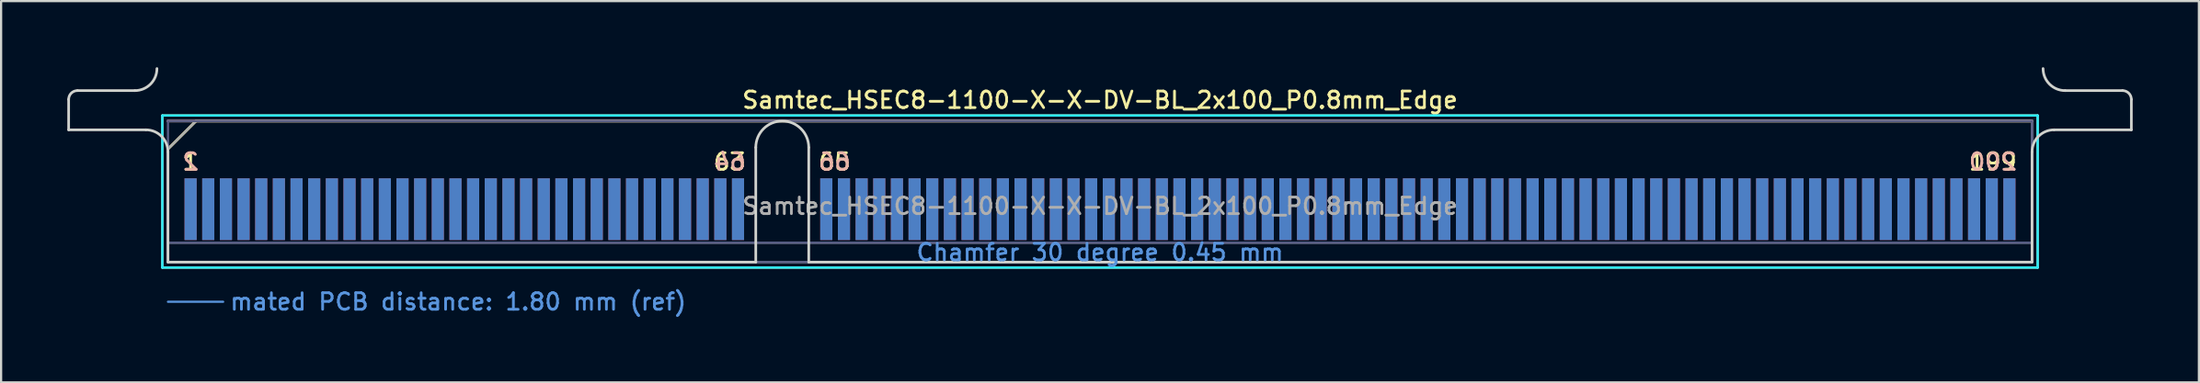
<source format=kicad_pcb>
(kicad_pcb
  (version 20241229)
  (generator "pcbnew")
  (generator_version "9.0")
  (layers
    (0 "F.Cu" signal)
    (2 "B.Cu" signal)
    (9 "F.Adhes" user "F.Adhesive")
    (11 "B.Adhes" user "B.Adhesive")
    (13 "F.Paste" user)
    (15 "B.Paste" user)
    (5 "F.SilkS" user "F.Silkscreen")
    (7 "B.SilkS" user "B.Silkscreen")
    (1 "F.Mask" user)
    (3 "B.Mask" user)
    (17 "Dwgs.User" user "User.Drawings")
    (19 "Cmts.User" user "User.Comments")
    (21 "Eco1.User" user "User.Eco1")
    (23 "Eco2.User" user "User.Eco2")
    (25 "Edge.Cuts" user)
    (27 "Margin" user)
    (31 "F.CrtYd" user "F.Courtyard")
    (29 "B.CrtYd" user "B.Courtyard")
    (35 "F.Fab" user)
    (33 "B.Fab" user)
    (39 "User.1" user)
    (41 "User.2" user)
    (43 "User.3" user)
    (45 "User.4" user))
  (footprint "Samtec_HSEC8-1100-X-X-DV-BL_2x100_P0.8mm_Edge"
    (layer "F.Cu")
    (at 46.785 8.84)
    (property "Reference" "Samtec_HSEC8-1100-X-X-DV-BL_2x100_P0.8mm_Edge" (at 0 -7.35 0) (layer "F.SilkS") (effects (font (size 0.75 0.75) (thickness 0.125))))
    (attr exclude_from_pos_files exclude_from_bom)
    (fp_line (start -42.48 -6.65) (end -42.48 0.25) (stroke (width 0.1) (type solid)) (layer "F.SilkS"))
    (fp_line (start -42.48 0.25) (end 42.48 0.25) (stroke (width 0.1) (type solid)) (layer "F.SilkS"))
    (fp_line (start -42.225 -5.13) (end -40.955 -6.4) (stroke (width 0.12) (type solid)) (layer "F.SilkS"))
    (fp_line (start -40.955 -6.4) (end 42.225 -6.4) (stroke (width 0.12) (type solid)) (layer "F.SilkS"))
    (fp_line (start 42.48 -6.65) (end -42.48 -6.65) (stroke (width 0.1) (type solid)) (layer "F.SilkS"))
    (fp_line (start 42.48 0.25) (end 42.48 -6.65) (stroke (width 0.1) (type solid)) (layer "F.SilkS"))
    (fp_line (start -42.225 -6.4) (end -42.225 -6.4) (stroke (width 0.12) (type solid)) (layer "B.SilkS"))
    (fp_line (start -42.225 -6.4) (end 42.225 -6.4) (stroke (width 0.12) (type solid)) (layer "B.SilkS"))
    (fp_line (start -42.225 1.8) (end -39.725 1.8) (stroke (width 0.1) (type solid)) (layer "Cmts.User"))
    (fp_line (start -46.725 -6) (end -46.725 -7.38) (stroke (width 0.12) (type solid)) (layer "Edge.Cuts"))
    (fp_line (start -46.325 -7.78) (end -43.725 -7.78) (stroke (width 0.12) (type solid)) (layer "Edge.Cuts"))
    (fp_line (start -43.225 -6) (end -46.725 -6) (stroke (width 0.12) (type solid)) (layer "Edge.Cuts"))
    (fp_line (start -42.225 -5) (end -42.225 0) (stroke (width 0.12) (type solid)) (layer "Edge.Cuts"))
    (fp_line (start -42.225 0) (end -15.595 0) (stroke (width 0.12) (type solid)) (layer "Edge.Cuts"))
    (fp_line (start -15.595 0) (end -15.595 -5.2) (stroke (width 0.12) (type solid)) (layer "Edge.Cuts"))
    (fp_line (start -13.195 -5.2) (end -13.195 0) (stroke (width 0.12) (type solid)) (layer "Edge.Cuts"))
    (fp_line (start -13.195 0) (end 42.225 0) (stroke (width 0.12) (type solid)) (layer "Edge.Cuts"))
    (fp_line (start 42.225 0) (end 42.225 -5) (stroke (width 0.12) (type solid)) (layer "Edge.Cuts"))
    (fp_line (start 43.225 -6) (end 46.725 -6) (stroke (width 0.12) (type solid)) (layer "Edge.Cuts"))
    (fp_line (start 46.325 -7.78) (end 43.725 -7.78) (stroke (width 0.12) (type solid)) (layer "Edge.Cuts"))
    (fp_line (start 46.725 -6) (end 46.725 -7.38) (stroke (width 0.12) (type solid)) (layer "Edge.Cuts"))
    (fp_arc (start -46.725 -7.38) (mid -46.607843 -7.662843) (end -46.325 -7.78) (stroke (width 0.12) (type solid)) (layer "Edge.Cuts"))
    (fp_arc (start -43.225 -6) (mid -42.517893 -5.707107) (end -42.225 -5) (stroke (width 0.12) (type solid)) (layer "Edge.Cuts"))
    (fp_arc (start -42.725 -8.78) (mid -43.017893 -8.072893) (end -43.725 -7.78) (stroke (width 0.12) (type solid)) (layer "Edge.Cuts"))
    (fp_arc (start -15.595 -5.2) (mid -14.395 -6.4) (end -13.195 -5.2) (stroke (width 0.12) (type solid)) (layer "Edge.Cuts"))
    (fp_arc (start 42.225 -5) (mid 42.517893 -5.707107) (end 43.225 -6) (stroke (width 0.12) (type solid)) (layer "Edge.Cuts"))
    (fp_arc (start 43.725 -7.78) (mid 43.017893 -8.072893) (end 42.725 -8.78) (stroke (width 0.12) (type solid)) (layer "Edge.Cuts"))
    (fp_arc (start 46.325 -7.78) (mid 46.607843 -7.662843) (end 46.725 -7.38) (stroke (width 0.12) (type solid)) (layer "Edge.Cuts"))
    (fp_line (start -42.48 -6.65) (end -42.48 0.25) (stroke (width 0.1) (type solid)) (layer "B.CrtYd"))
    (fp_line (start -42.48 0.25) (end 42.48 0.25) (stroke (width 0.1) (type solid)) (layer "B.CrtYd"))
    (fp_line (start 42.48 -6.65) (end -42.48 -6.65) (stroke (width 0.1) (type solid)) (layer "B.CrtYd"))
    (fp_line (start 42.48 0.25) (end 42.48 -6.65) (stroke (width 0.1) (type solid)) (layer "B.CrtYd"))
    (fp_line (start -42.225 -6.4) (end -42.225 -6.4) (stroke (width 0.1) (type solid)) (layer "B.Fab"))
    (fp_line (start -42.225 -6.4) (end -42.225 0) (stroke (width 0.1) (type solid)) (layer "B.Fab"))
    (fp_line (start -42.225 -6.4) (end 42.225 -6.4) (stroke (width 0.1) (type solid)) (layer "B.Fab"))
    (fp_line (start -42.225 -0.88) (end 42.225 -0.88) (stroke (width 0.1) (type solid)) (layer "B.Fab"))
    (fp_line (start -42.225 0) (end 42.225 0) (stroke (width 0.1) (type solid)) (layer "B.Fab"))
    (fp_line (start 42.225 -6.4) (end 42.225 0) (stroke (width 0.1) (type solid)) (layer "B.Fab"))
    (fp_line (start -42.225 -5.13) (end -42.225 0) (stroke (width 0.1) (type solid)) (layer "F.Fab"))
    (fp_line (start -42.225 -5.13) (end -40.955 -6.4) (stroke (width 0.1) (type solid)) (layer "F.Fab"))
    (fp_line (start -42.225 -0.88) (end 42.225 -0.88) (stroke (width 0.1) (type solid)) (layer "F.Fab"))
    (fp_line (start -42.225 0) (end 42.225 0) (stroke (width 0.1) (type solid)) (layer "F.Fab"))
    (fp_line (start -40.955 -6.4) (end 42.225 -6.4) (stroke (width 0.1) (type solid)) (layer "F.Fab"))
    (fp_line (start 42.225 -6.4) (end 42.225 0) (stroke (width 0.1) (type solid)) (layer "F.Fab"))
    (fp_text user "63" (at -16.775 -4.55 0) (layer "F.SilkS") (effects (font (size 0.75 0.75) (thickness 0.125))))
    (fp_text user "199" (at 40.45 -4.55 0) (layer "F.SilkS") (effects (font (size 0.75 0.75) (thickness 0.125))))
    (fp_text user "65" (at -12.025 -4.55 0) (layer "F.SilkS") (effects (font (size 0.75 0.75) (thickness 0.125))))
    (fp_text user "1" (at -41.2 -4.55 0) (layer "F.SilkS") (effects (font (size 0.75 0.75) (thickness 0.125))))
    (fp_text user "2" (at -41.2 -4.55 0) (layer "B.SilkS") (effects (font (size 0.75 0.75) (thickness 0.125)) (justify mirror)))
    (fp_text user "66" (at -12.025 -4.55 0) (layer "B.SilkS") (effects (font (size 0.75 0.75) (thickness 0.125)) (justify mirror)))
    (fp_text user "64" (at -16.775 -4.55 0) (layer "B.SilkS") (effects (font (size 0.75 0.75) (thickness 0.125)) (justify mirror)))
    (fp_text user "200" (at 40.45 -4.55 0) (layer "B.SilkS") (effects (font (size 0.75 0.75) (thickness 0.125)) (justify mirror)))
    (fp_text user "mated PCB distance: 1.80 mm (ref)" (at -39.48 1.8 0) (layer "Cmts.User") (effects (font (size 0.75 0.75) (thickness 0.125)) (justify left)))
    (fp_text user "Chamfer 30 degree 0.45 mm" (at 0 -0.44 0) (layer "Cmts.User") (effects (font (size 0.75 0.75) (thickness 0.125))))
    (fp_text user "${REFERENCE}" (at 0 -2.54 0) (layer "F.Fab") (effects (font (size 0.75 0.75) (thickness 0.125))))
    (pad "1" connect rect (at -41.2 -2.4) (size 0.55 2.8) (layers "F.Cu" "F.Mask"))
    (pad "2" connect rect (at -41.2 -2.4) (size 0.55 2.8) (layers "B.Cu" "B.Mask"))
    (pad "3" connect rect (at -40.4 -2.4) (size 0.55 2.8) (layers "F.Cu" "F.Mask"))
    (pad "4" connect rect (at -40.4 -2.4) (size 0.55 2.8) (layers "B.Cu" "B.Mask"))
    (pad "5" connect rect (at -39.6 -2.4) (size 0.55 2.8) (layers "F.Cu" "F.Mask"))
    (pad "6" connect rect (at -39.6 -2.4) (size 0.55 2.8) (layers "B.Cu" "B.Mask"))
    (pad "7" connect rect (at -38.8 -2.4) (size 0.55 2.8) (layers "F.Cu" "F.Mask"))
    (pad "8" connect rect (at -38.8 -2.4) (size 0.55 2.8) (layers "B.Cu" "B.Mask"))
    (pad "9" connect rect (at -38 -2.4) (size 0.55 2.8) (layers "F.Cu" "F.Mask"))
    (pad "10" connect rect (at -38 -2.4) (size 0.55 2.8) (layers "B.Cu" "B.Mask"))
    (pad "11" connect rect (at -37.2 -2.4) (size 0.55 2.8) (layers "F.Cu" "F.Mask"))
    (pad "12" connect rect (at -37.2 -2.4) (size 0.55 2.8) (layers "B.Cu" "B.Mask"))
    (pad "13" connect rect (at -36.4 -2.4) (size 0.55 2.8) (layers "F.Cu" "F.Mask"))
    (pad "14" connect rect (at -36.4 -2.4) (size 0.55 2.8) (layers "B.Cu" "B.Mask"))
    (pad "15" connect rect (at -35.6 -2.4) (size 0.55 2.8) (layers "F.Cu" "F.Mask"))
    (pad "16" connect rect (at -35.6 -2.4) (size 0.55 2.8) (layers "B.Cu" "B.Mask"))
    (pad "17" connect rect (at -34.8 -2.4) (size 0.55 2.8) (layers "F.Cu" "F.Mask"))
    (pad "18" connect rect (at -34.8 -2.4) (size 0.55 2.8) (layers "B.Cu" "B.Mask"))
    (pad "19" connect rect (at -34 -2.4) (size 0.55 2.8) (layers "F.Cu" "F.Mask"))
    (pad "20" connect rect (at -34 -2.4) (size 0.55 2.8) (layers "B.Cu" "B.Mask"))
    (pad "21" connect rect (at -33.2 -2.4) (size 0.55 2.8) (layers "F.Cu" "F.Mask"))
    (pad "22" connect rect (at -33.2 -2.4) (size 0.55 2.8) (layers "B.Cu" "B.Mask"))
    (pad "23" connect rect (at -32.4 -2.4) (size 0.55 2.8) (layers "F.Cu" "F.Mask"))
    (pad "24" connect rect (at -32.4 -2.4) (size 0.55 2.8) (layers "B.Cu" "B.Mask"))
    (pad "25" connect rect (at -31.6 -2.4) (size 0.55 2.8) (layers "F.Cu" "F.Mask"))
    (pad "26" connect rect (at -31.6 -2.4) (size 0.55 2.8) (layers "B.Cu" "B.Mask"))
    (pad "27" connect rect (at -30.8 -2.4) (size 0.55 2.8) (layers "F.Cu" "F.Mask"))
    (pad "28" connect rect (at -30.8 -2.4) (size 0.55 2.8) (layers "B.Cu" "B.Mask"))
    (pad "29" connect rect (at -30 -2.4) (size 0.55 2.8) (layers "F.Cu" "F.Mask"))
    (pad "30" connect rect (at -30 -2.4) (size 0.55 2.8) (layers "B.Cu" "B.Mask"))
    (pad "31" connect rect (at -29.2 -2.4) (size 0.55 2.8) (layers "F.Cu" "F.Mask"))
    (pad "32" connect rect (at -29.2 -2.4) (size 0.55 2.8) (layers "B.Cu" "B.Mask"))
    (pad "33" connect rect (at -28.4 -2.4) (size 0.55 2.8) (layers "F.Cu" "F.Mask"))
    (pad "34" connect rect (at -28.4 -2.4) (size 0.55 2.8) (layers "B.Cu" "B.Mask"))
    (pad "35" connect rect (at -27.6 -2.4) (size 0.55 2.8) (layers "F.Cu" "F.Mask"))
    (pad "36" connect rect (at -27.6 -2.4) (size 0.55 2.8) (layers "B.Cu" "B.Mask"))
    (pad "37" connect rect (at -26.8 -2.4) (size 0.55 2.8) (layers "F.Cu" "F.Mask"))
    (pad "38" connect rect (at -26.8 -2.4) (size 0.55 2.8) (layers "B.Cu" "B.Mask"))
    (pad "39" connect rect (at -26 -2.4) (size 0.55 2.8) (layers "F.Cu" "F.Mask"))
    (pad "40" connect rect (at -26 -2.4) (size 0.55 2.8) (layers "B.Cu" "B.Mask"))
    (pad "41" connect rect (at -25.2 -2.4) (size 0.55 2.8) (layers "F.Cu" "F.Mask"))
    (pad "42" connect rect (at -25.2 -2.4) (size 0.55 2.8) (layers "B.Cu" "B.Mask"))
    (pad "43" connect rect (at -24.4 -2.4) (size 0.55 2.8) (layers "F.Cu" "F.Mask"))
    (pad "44" connect rect (at -24.4 -2.4) (size 0.55 2.8) (layers "B.Cu" "B.Mask"))
    (pad "45" connect rect (at -23.6 -2.4) (size 0.55 2.8) (layers "F.Cu" "F.Mask"))
    (pad "46" connect rect (at -23.6 -2.4) (size 0.55 2.8) (layers "B.Cu" "B.Mask"))
    (pad "47" connect rect (at -22.8 -2.4) (size 0.55 2.8) (layers "F.Cu" "F.Mask"))
    (pad "48" connect rect (at -22.8 -2.4) (size 0.55 2.8) (layers "B.Cu" "B.Mask"))
    (pad "49" connect rect (at -22 -2.4) (size 0.55 2.8) (layers "F.Cu" "F.Mask"))
    (pad "50" connect rect (at -22 -2.4) (size 0.55 2.8) (layers "B.Cu" "B.Mask"))
    (pad "51" connect rect (at -21.2 -2.4) (size 0.55 2.8) (layers "F.Cu" "F.Mask"))
    (pad "52" connect rect (at -21.2 -2.4) (size 0.55 2.8) (layers "B.Cu" "B.Mask"))
    (pad "53" connect rect (at -20.4 -2.4) (size 0.55 2.8) (layers "F.Cu" "F.Mask"))
    (pad "54" connect rect (at -20.4 -2.4) (size 0.55 2.8) (layers "B.Cu" "B.Mask"))
    (pad "55" connect rect (at -19.6 -2.4) (size 0.55 2.8) (layers "F.Cu" "F.Mask"))
    (pad "56" connect rect (at -19.6 -2.4) (size 0.55 2.8) (layers "B.Cu" "B.Mask"))
    (pad "57" connect rect (at -18.8 -2.4) (size 0.55 2.8) (layers "F.Cu" "F.Mask"))
    (pad "58" connect rect (at -18.8 -2.4) (size 0.55 2.8) (layers "B.Cu" "B.Mask"))
    (pad "59" connect rect (at -18 -2.4) (size 0.55 2.8) (layers "F.Cu" "F.Mask"))
    (pad "60" connect rect (at -18 -2.4) (size 0.55 2.8) (layers "B.Cu" "B.Mask"))
    (pad "61" connect rect (at -17.2 -2.4) (size 0.55 2.8) (layers "F.Cu" "F.Mask"))
    (pad "62" connect rect (at -17.2 -2.4) (size 0.55 2.8) (layers "B.Cu" "B.Mask"))
    (pad "63" connect rect (at -16.4 -2.4) (size 0.55 2.8) (layers "F.Cu" "F.Mask"))
    (pad "64" connect rect (at -16.4 -2.4) (size 0.55 2.8) (layers "B.Cu" "B.Mask"))
    (pad "65" connect rect (at -12.4 -2.4) (size 0.55 2.8) (layers "F.Cu" "F.Mask"))
    (pad "66" connect rect (at -12.4 -2.4) (size 0.55 2.8) (layers "B.Cu" "B.Mask"))
    (pad "67" connect rect (at -11.6 -2.4) (size 0.55 2.8) (layers "F.Cu" "F.Mask"))
    (pad "68" connect rect (at -11.6 -2.4) (size 0.55 2.8) (layers "B.Cu" "B.Mask"))
    (pad "69" connect rect (at -10.8 -2.4) (size 0.55 2.8) (layers "F.Cu" "F.Mask"))
    (pad "70" connect rect (at -10.8 -2.4) (size 0.55 2.8) (layers "B.Cu" "B.Mask"))
    (pad "71" connect rect (at -10 -2.4) (size 0.55 2.8) (layers "F.Cu" "F.Mask"))
    (pad "72" connect rect (at -10 -2.4) (size 0.55 2.8) (layers "B.Cu" "B.Mask"))
    (pad "73" connect rect (at -9.2 -2.4) (size 0.55 2.8) (layers "F.Cu" "F.Mask"))
    (pad "74" connect rect (at -9.2 -2.4) (size 0.55 2.8) (layers "B.Cu" "B.Mask"))
    (pad "75" connect rect (at -8.4 -2.4) (size 0.55 2.8) (layers "F.Cu" "F.Mask"))
    (pad "76" connect rect (at -8.4 -2.4) (size 0.55 2.8) (layers "B.Cu" "B.Mask"))
    (pad "77" connect rect (at -7.6 -2.4) (size 0.55 2.8) (layers "F.Cu" "F.Mask"))
    (pad "78" connect rect (at -7.6 -2.4) (size 0.55 2.8) (layers "B.Cu" "B.Mask"))
    (pad "79" connect rect (at -6.8 -2.4) (size 0.55 2.8) (layers "F.Cu" "F.Mask"))
    (pad "80" connect rect (at -6.8 -2.4) (size 0.55 2.8) (layers "B.Cu" "B.Mask"))
    (pad "81" connect rect (at -6 -2.4) (size 0.55 2.8) (layers "F.Cu" "F.Mask"))
    (pad "82" connect rect (at -6 -2.4) (size 0.55 2.8) (layers "B.Cu" "B.Mask"))
    (pad "83" connect rect (at -5.2 -2.4) (size 0.55 2.8) (layers "F.Cu" "F.Mask"))
    (pad "84" connect rect (at -5.2 -2.4) (size 0.55 2.8) (layers "B.Cu" "B.Mask"))
    (pad "85" connect rect (at -4.4 -2.4) (size 0.55 2.8) (layers "F.Cu" "F.Mask"))
    (pad "86" connect rect (at -4.4 -2.4) (size 0.55 2.8) (layers "B.Cu" "B.Mask"))
    (pad "87" connect rect (at -3.6 -2.4) (size 0.55 2.8) (layers "F.Cu" "F.Mask"))
    (pad "88" connect rect (at -3.6 -2.4) (size 0.55 2.8) (layers "B.Cu" "B.Mask"))
    (pad "89" connect rect (at -2.8 -2.4) (size 0.55 2.8) (layers "F.Cu" "F.Mask"))
    (pad "90" connect rect (at -2.8 -2.4) (size 0.55 2.8) (layers "B.Cu" "B.Mask"))
    (pad "91" connect rect (at -2 -2.4) (size 0.55 2.8) (layers "F.Cu" "F.Mask"))
    (pad "92" connect rect (at -2 -2.4) (size 0.55 2.8) (layers "B.Cu" "B.Mask"))
    (pad "93" connect rect (at -1.2 -2.4) (size 0.55 2.8) (layers "F.Cu" "F.Mask"))
    (pad "94" connect rect (at -1.2 -2.4) (size 0.55 2.8) (layers "B.Cu" "B.Mask"))
    (pad "95" connect rect (at -0.4 -2.4) (size 0.55 2.8) (layers "F.Cu" "F.Mask"))
    (pad "96" connect rect (at -0.4 -2.4) (size 0.55 2.8) (layers "B.Cu" "B.Mask"))
    (pad "97" connect rect (at 0.4 -2.4) (size 0.55 2.8) (layers "F.Cu" "F.Mask"))
    (pad "98" connect rect (at 0.4 -2.4) (size 0.55 2.8) (layers "B.Cu" "B.Mask"))
    (pad "99" connect rect (at 1.2 -2.4) (size 0.55 2.8) (layers "F.Cu" "F.Mask"))
    (pad "100" connect rect (at 1.2 -2.4) (size 0.55 2.8) (layers "B.Cu" "B.Mask"))
    (pad "101" connect rect (at 2 -2.4) (size 0.55 2.8) (layers "F.Cu" "F.Mask"))
    (pad "102" connect rect (at 2 -2.4) (size 0.55 2.8) (layers "B.Cu" "B.Mask"))
    (pad "103" connect rect (at 2.8 -2.4) (size 0.55 2.8) (layers "F.Cu" "F.Mask"))
    (pad "104" connect rect (at 2.8 -2.4) (size 0.55 2.8) (layers "B.Cu" "B.Mask"))
    (pad "105" connect rect (at 3.6 -2.4) (size 0.55 2.8) (layers "F.Cu" "F.Mask"))
    (pad "106" connect rect (at 3.6 -2.4) (size 0.55 2.8) (layers "B.Cu" "B.Mask"))
    (pad "107" connect rect (at 4.4 -2.4) (size 0.55 2.8) (layers "F.Cu" "F.Mask"))
    (pad "108" connect rect (at 4.4 -2.4) (size 0.55 2.8) (layers "B.Cu" "B.Mask"))
    (pad "109" connect rect (at 5.2 -2.4) (size 0.55 2.8) (layers "F.Cu" "F.Mask"))
    (pad "110" connect rect (at 5.2 -2.4) (size 0.55 2.8) (layers "B.Cu" "B.Mask"))
    (pad "111" connect rect (at 6 -2.4) (size 0.55 2.8) (layers "F.Cu" "F.Mask"))
    (pad "112" connect rect (at 6 -2.4) (size 0.55 2.8) (layers "B.Cu" "B.Mask"))
    (pad "113" connect rect (at 6.8 -2.4) (size 0.55 2.8) (layers "F.Cu" "F.Mask"))
    (pad "114" connect rect (at 6.8 -2.4) (size 0.55 2.8) (layers "B.Cu" "B.Mask"))
    (pad "115" connect rect (at 7.6 -2.4) (size 0.55 2.8) (layers "F.Cu" "F.Mask"))
    (pad "116" connect rect (at 7.6 -2.4) (size 0.55 2.8) (layers "B.Cu" "B.Mask"))
    (pad "117" connect rect (at 8.4 -2.4) (size 0.55 2.8) (layers "F.Cu" "F.Mask"))
    (pad "118" connect rect (at 8.4 -2.4) (size 0.55 2.8) (layers "B.Cu" "B.Mask"))
    (pad "119" connect rect (at 9.2 -2.4) (size 0.55 2.8) (layers "F.Cu" "F.Mask"))
    (pad "120" connect rect (at 9.2 -2.4) (size 0.55 2.8) (layers "B.Cu" "B.Mask"))
    (pad "121" connect rect (at 10 -2.4) (size 0.55 2.8) (layers "F.Cu" "F.Mask"))
    (pad "122" connect rect (at 10 -2.4) (size 0.55 2.8) (layers "B.Cu" "B.Mask"))
    (pad "123" connect rect (at 10.8 -2.4) (size 0.55 2.8) (layers "F.Cu" "F.Mask"))
    (pad "124" connect rect (at 10.8 -2.4) (size 0.55 2.8) (layers "B.Cu" "B.Mask"))
    (pad "125" connect rect (at 11.6 -2.4) (size 0.55 2.8) (layers "F.Cu" "F.Mask"))
    (pad "126" connect rect (at 11.6 -2.4) (size 0.55 2.8) (layers "B.Cu" "B.Mask"))
    (pad "127" connect rect (at 12.4 -2.4) (size 0.55 2.8) (layers "F.Cu" "F.Mask"))
    (pad "128" connect rect (at 12.4 -2.4) (size 0.55 2.8) (layers "B.Cu" "B.Mask"))
    (pad "129" connect rect (at 13.2 -2.4) (size 0.55 2.8) (layers "F.Cu" "F.Mask"))
    (pad "130" connect rect (at 13.2 -2.4) (size 0.55 2.8) (layers "B.Cu" "B.Mask"))
    (pad "131" connect rect (at 14 -2.4) (size 0.55 2.8) (layers "F.Cu" "F.Mask"))
    (pad "132" connect rect (at 14 -2.4) (size 0.55 2.8) (layers "B.Cu" "B.Mask"))
    (pad "133" connect rect (at 14.8 -2.4) (size 0.55 2.8) (layers "F.Cu" "F.Mask"))
    (pad "134" connect rect (at 14.8 -2.4) (size 0.55 2.8) (layers "B.Cu" "B.Mask"))
    (pad "135" connect rect (at 15.6 -2.4) (size 0.55 2.8) (layers "F.Cu" "F.Mask"))
    (pad "136" connect rect (at 15.6 -2.4) (size 0.55 2.8) (layers "B.Cu" "B.Mask"))
    (pad "137" connect rect (at 16.4 -2.4) (size 0.55 2.8) (layers "F.Cu" "F.Mask"))
    (pad "138" connect rect (at 16.4 -2.4) (size 0.55 2.8) (layers "B.Cu" "B.Mask"))
    (pad "139" connect rect (at 17.2 -2.4) (size 0.55 2.8) (layers "F.Cu" "F.Mask"))
    (pad "140" connect rect (at 17.2 -2.4) (size 0.55 2.8) (layers "B.Cu" "B.Mask"))
    (pad "141" connect rect (at 18 -2.4) (size 0.55 2.8) (layers "F.Cu" "F.Mask"))
    (pad "142" connect rect (at 18 -2.4) (size 0.55 2.8) (layers "B.Cu" "B.Mask"))
    (pad "143" connect rect (at 18.8 -2.4) (size 0.55 2.8) (layers "F.Cu" "F.Mask"))
    (pad "144" connect rect (at 18.8 -2.4) (size 0.55 2.8) (layers "B.Cu" "B.Mask"))
    (pad "145" connect rect (at 19.6 -2.4) (size 0.55 2.8) (layers "F.Cu" "F.Mask"))
    (pad "146" connect rect (at 19.6 -2.4) (size 0.55 2.8) (layers "B.Cu" "B.Mask"))
    (pad "147" connect rect (at 20.4 -2.4) (size 0.55 2.8) (layers "F.Cu" "F.Mask"))
    (pad "148" connect rect (at 20.4 -2.4) (size 0.55 2.8) (layers "B.Cu" "B.Mask"))
    (pad "149" connect rect (at 21.2 -2.4) (size 0.55 2.8) (layers "F.Cu" "F.Mask"))
    (pad "150" connect rect (at 21.2 -2.4) (size 0.55 2.8) (layers "B.Cu" "B.Mask"))
    (pad "151" connect rect (at 22 -2.4) (size 0.55 2.8) (layers "F.Cu" "F.Mask"))
    (pad "152" connect rect (at 22 -2.4) (size 0.55 2.8) (layers "B.Cu" "B.Mask"))
    (pad "153" connect rect (at 22.8 -2.4) (size 0.55 2.8) (layers "F.Cu" "F.Mask"))
    (pad "154" connect rect (at 22.8 -2.4) (size 0.55 2.8) (layers "B.Cu" "B.Mask"))
    (pad "155" connect rect (at 23.6 -2.4) (size 0.55 2.8) (layers "F.Cu" "F.Mask"))
    (pad "156" connect rect (at 23.6 -2.4) (size 0.55 2.8) (layers "B.Cu" "B.Mask"))
    (pad "157" connect rect (at 24.4 -2.4) (size 0.55 2.8) (layers "F.Cu" "F.Mask"))
    (pad "158" connect rect (at 24.4 -2.4) (size 0.55 2.8) (layers "B.Cu" "B.Mask"))
    (pad "159" connect rect (at 25.2 -2.4) (size 0.55 2.8) (layers "F.Cu" "F.Mask"))
    (pad "160" connect rect (at 25.2 -2.4) (size 0.55 2.8) (layers "B.Cu" "B.Mask"))
    (pad "161" connect rect (at 26 -2.4) (size 0.55 2.8) (layers "F.Cu" "F.Mask"))
    (pad "162" connect rect (at 26 -2.4) (size 0.55 2.8) (layers "B.Cu" "B.Mask"))
    (pad "163" connect rect (at 26.8 -2.4) (size 0.55 2.8) (layers "F.Cu" "F.Mask"))
    (pad "164" connect rect (at 26.8 -2.4) (size 0.55 2.8) (layers "B.Cu" "B.Mask"))
    (pad "165" connect rect (at 27.6 -2.4) (size 0.55 2.8) (layers "F.Cu" "F.Mask"))
    (pad "166" connect rect (at 27.6 -2.4) (size 0.55 2.8) (layers "B.Cu" "B.Mask"))
    (pad "167" connect rect (at 28.4 -2.4) (size 0.55 2.8) (layers "F.Cu" "F.Mask"))
    (pad "168" connect rect (at 28.4 -2.4) (size 0.55 2.8) (layers "B.Cu" "B.Mask"))
    (pad "169" connect rect (at 29.2 -2.4) (size 0.55 2.8) (layers "F.Cu" "F.Mask"))
    (pad "170" connect rect (at 29.2 -2.4) (size 0.55 2.8) (layers "B.Cu" "B.Mask"))
    (pad "171" connect rect (at 30 -2.4) (size 0.55 2.8) (layers "F.Cu" "F.Mask"))
    (pad "172" connect rect (at 30 -2.4) (size 0.55 2.8) (layers "B.Cu" "B.Mask"))
    (pad "173" connect rect (at 30.8 -2.4) (size 0.55 2.8) (layers "F.Cu" "F.Mask"))
    (pad "174" connect rect (at 30.8 -2.4) (size 0.55 2.8) (layers "B.Cu" "B.Mask"))
    (pad "175" connect rect (at 31.6 -2.4) (size 0.55 2.8) (layers "F.Cu" "F.Mask"))
    (pad "176" connect rect (at 31.6 -2.4) (size 0.55 2.8) (layers "B.Cu" "B.Mask"))
    (pad "177" connect rect (at 32.4 -2.4) (size 0.55 2.8) (layers "F.Cu" "F.Mask"))
    (pad "178" connect rect (at 32.4 -2.4) (size 0.55 2.8) (layers "B.Cu" "B.Mask"))
    (pad "179" connect rect (at 33.2 -2.4) (size 0.55 2.8) (layers "F.Cu" "F.Mask"))
    (pad "180" connect rect (at 33.2 -2.4) (size 0.55 2.8) (layers "B.Cu" "B.Mask"))
    (pad "181" connect rect (at 34 -2.4) (size 0.55 2.8) (layers "F.Cu" "F.Mask"))
    (pad "182" connect rect (at 34 -2.4) (size 0.55 2.8) (layers "B.Cu" "B.Mask"))
    (pad "183" connect rect (at 34.8 -2.4) (size 0.55 2.8) (layers "F.Cu" "F.Mask"))
    (pad "184" connect rect (at 34.8 -2.4) (size 0.55 2.8) (layers "B.Cu" "B.Mask"))
    (pad "185" connect rect (at 35.6 -2.4) (size 0.55 2.8) (layers "F.Cu" "F.Mask"))
    (pad "186" connect rect (at 35.6 -2.4) (size 0.55 2.8) (layers "B.Cu" "B.Mask"))
    (pad "187" connect rect (at 36.4 -2.4) (size 0.55 2.8) (layers "F.Cu" "F.Mask"))
    (pad "188" connect rect (at 36.4 -2.4) (size 0.55 2.8) (layers "B.Cu" "B.Mask"))
    (pad "189" connect rect (at 37.2 -2.4) (size 0.55 2.8) (layers "F.Cu" "F.Mask"))
    (pad "190" connect rect (at 37.2 -2.4) (size 0.55 2.8) (layers "B.Cu" "B.Mask"))
    (pad "191" connect rect (at 38 -2.4) (size 0.55 2.8) (layers "F.Cu" "F.Mask"))
    (pad "192" connect rect (at 38 -2.4) (size 0.55 2.8) (layers "B.Cu" "B.Mask"))
    (pad "193" connect rect (at 38.8 -2.4) (size 0.55 2.8) (layers "F.Cu" "F.Mask"))
    (pad "194" connect rect (at 38.8 -2.4) (size 0.55 2.8) (layers "B.Cu" "B.Mask"))
    (pad "195" connect rect (at 39.6 -2.4) (size 0.55 2.8) (layers "F.Cu" "F.Mask"))
    (pad "196" connect rect (at 39.6 -2.4) (size 0.55 2.8) (layers "B.Cu" "B.Mask"))
    (pad "197" connect rect (at 40.4 -2.4) (size 0.55 2.8) (layers "F.Cu" "F.Mask"))
    (pad "198" connect rect (at 40.4 -2.4) (size 0.55 2.8) (layers "B.Cu" "B.Mask"))
    (pad "199" connect rect (at 41.2 -2.4) (size 0.55 2.8) (layers "F.Cu" "F.Mask"))
    (pad "200" connect rect (at 41.2 -2.4) (size 0.55 2.8) (layers "B.Cu" "B.Mask")))
  (gr_rect
    (start -3 -3)
    (end 96.57 14.298)
    (stroke (width 0.1) (type default))
    (fill no)
    (layer "Edge.Cuts")))
</source>
